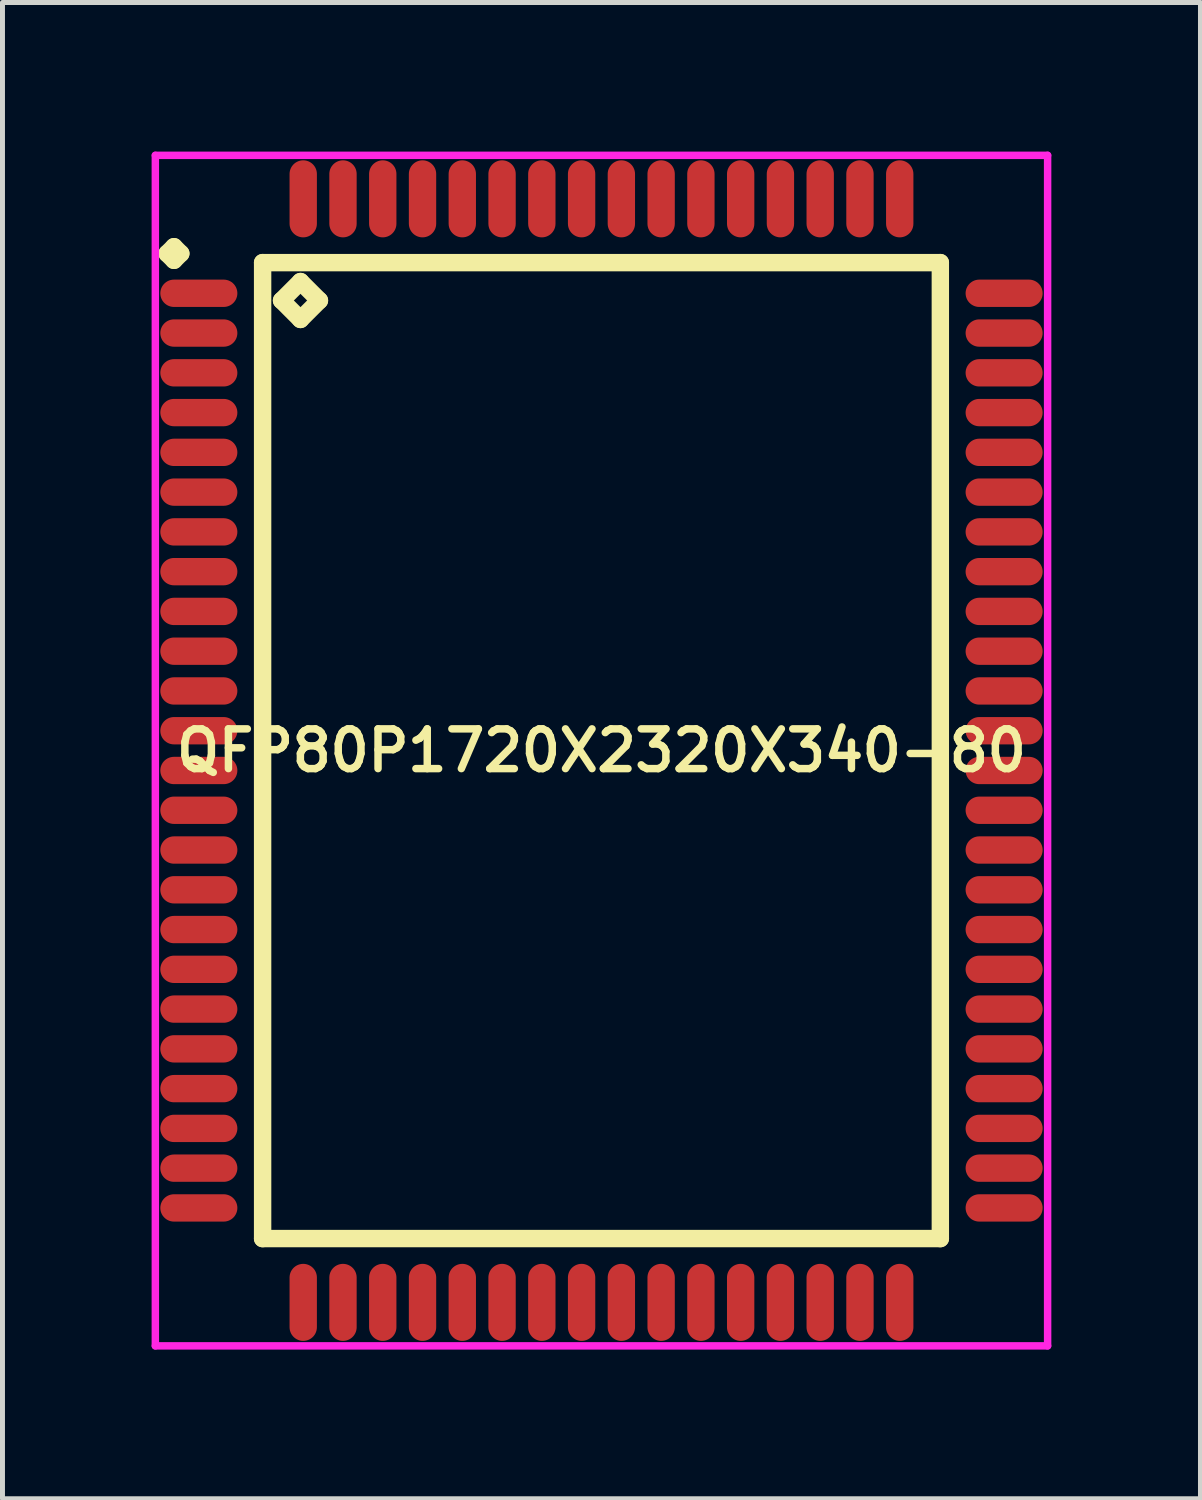
<source format=kicad_pcb>
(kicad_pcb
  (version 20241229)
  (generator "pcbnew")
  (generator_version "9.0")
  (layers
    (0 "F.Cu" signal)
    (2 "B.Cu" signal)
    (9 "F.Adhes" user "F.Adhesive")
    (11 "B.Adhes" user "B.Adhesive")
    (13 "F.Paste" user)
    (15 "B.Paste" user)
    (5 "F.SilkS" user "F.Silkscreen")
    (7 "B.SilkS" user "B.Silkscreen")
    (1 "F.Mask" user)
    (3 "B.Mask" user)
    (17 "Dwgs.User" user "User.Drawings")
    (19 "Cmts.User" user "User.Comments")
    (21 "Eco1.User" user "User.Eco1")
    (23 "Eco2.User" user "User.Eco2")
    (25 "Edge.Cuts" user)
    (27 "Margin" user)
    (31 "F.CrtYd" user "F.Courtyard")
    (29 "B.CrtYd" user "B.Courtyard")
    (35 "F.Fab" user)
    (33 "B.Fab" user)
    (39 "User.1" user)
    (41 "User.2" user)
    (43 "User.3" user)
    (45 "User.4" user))
  (footprint "QFP80P1720X2320X340-80"
    (layer "F.Cu")
    (at 9.05 12.05)
    (property "Reference" "QFP80P1720X2320X340-80" (at 0 0 0) (layer "F.SilkS") (effects (font (size 0.8 0.8) (thickness 0.15))))
    (attr smd)
    (fp_line (start -8.738 -10) (end -8.6 -10.137) (stroke (width 0.35) (type solid)) (layer "F.SilkS"))
    (fp_line (start -8.6 -10.137) (end -8.463 -10) (stroke (width 0.35) (type solid)) (layer "F.SilkS"))
    (fp_line (start -8.6 -9.863) (end -8.738 -10) (stroke (width 0.35) (type solid)) (layer "F.SilkS"))
    (fp_line (start -8.463 -10) (end -8.6 -9.863) (stroke (width 0.35) (type solid)) (layer "F.SilkS"))
    (fp_line (start -6.817 -9.817) (end -6.817 9.817) (stroke (width 0.35) (type solid)) (layer "F.SilkS"))
    (fp_line (start -6.817 9.817) (end 6.817 9.817) (stroke (width 0.35) (type solid)) (layer "F.SilkS"))
    (fp_line (start -6.436 -9.055) (end -6.055 -9.436) (stroke (width 0.35) (type solid)) (layer "F.SilkS"))
    (fp_line (start -6.055 -9.436) (end -5.674 -9.055) (stroke (width 0.35) (type solid)) (layer "F.SilkS"))
    (fp_line (start -6.055 -8.674) (end -6.436 -9.055) (stroke (width 0.35) (type solid)) (layer "F.SilkS"))
    (fp_line (start -5.674 -9.055) (end -6.055 -8.674) (stroke (width 0.35) (type solid)) (layer "F.SilkS"))
    (fp_line (start 6.817 -9.817) (end -6.817 -9.817) (stroke (width 0.35) (type solid)) (layer "F.SilkS"))
    (fp_line (start 6.817 9.817) (end 6.817 -9.817) (stroke (width 0.35) (type solid)) (layer "F.SilkS"))
    (fp_line (start -8.975 -11.975) (end 8.975 -11.975) (stroke (width 0.15) (type solid)) (layer "F.CrtYd"))
    (fp_line (start -8.975 11.975) (end -8.975 -11.975) (stroke (width 0.15) (type solid)) (layer "F.CrtYd"))
    (fp_line (start 8.975 -11.975) (end 8.975 11.975) (stroke (width 0.15) (type solid)) (layer "F.CrtYd"))
    (fp_line (start 8.975 11.975) (end -8.975 11.975) (stroke (width 0.15) (type solid)) (layer "F.CrtYd"))
    (pad "1" smd oval (at -8.1 -9.2) (size 1.55 0.55) (layers "F.Cu" "F.Mask" "F.Paste"))
    (pad "2" smd oval (at -8.1 -8.4) (size 1.55 0.55) (layers "F.Cu" "F.Mask" "F.Paste"))
    (pad "3" smd oval (at -8.1 -7.6) (size 1.55 0.55) (layers "F.Cu" "F.Mask" "F.Paste"))
    (pad "4" smd oval (at -8.1 -6.8) (size 1.55 0.55) (layers "F.Cu" "F.Mask" "F.Paste"))
    (pad "5" smd oval (at -8.1 -6) (size 1.55 0.55) (layers "F.Cu" "F.Mask" "F.Paste"))
    (pad "6" smd oval (at -8.1 -5.2) (size 1.55 0.55) (layers "F.Cu" "F.Mask" "F.Paste"))
    (pad "7" smd oval (at -8.1 -4.4) (size 1.55 0.55) (layers "F.Cu" "F.Mask" "F.Paste"))
    (pad "8" smd oval (at -8.1 -3.6) (size 1.55 0.55) (layers "F.Cu" "F.Mask" "F.Paste"))
    (pad "9" smd oval (at -8.1 -2.8) (size 1.55 0.55) (layers "F.Cu" "F.Mask" "F.Paste"))
    (pad "10" smd oval (at -8.1 -2) (size 1.55 0.55) (layers "F.Cu" "F.Mask" "F.Paste"))
    (pad "11" smd oval (at -8.1 -1.2) (size 1.55 0.55) (layers "F.Cu" "F.Mask" "F.Paste"))
    (pad "12" smd oval (at -8.1 -0.4) (size 1.55 0.55) (layers "F.Cu" "F.Mask" "F.Paste"))
    (pad "13" smd oval (at -8.1 0.4) (size 1.55 0.55) (layers "F.Cu" "F.Mask" "F.Paste"))
    (pad "14" smd oval (at -8.1 1.2) (size 1.55 0.55) (layers "F.Cu" "F.Mask" "F.Paste"))
    (pad "15" smd oval (at -8.1 2) (size 1.55 0.55) (layers "F.Cu" "F.Mask" "F.Paste"))
    (pad "16" smd oval (at -8.1 2.8) (size 1.55 0.55) (layers "F.Cu" "F.Mask" "F.Paste"))
    (pad "17" smd oval (at -8.1 3.6) (size 1.55 0.55) (layers "F.Cu" "F.Mask" "F.Paste"))
    (pad "18" smd oval (at -8.1 4.4) (size 1.55 0.55) (layers "F.Cu" "F.Mask" "F.Paste"))
    (pad "19" smd oval (at -8.1 5.2) (size 1.55 0.55) (layers "F.Cu" "F.Mask" "F.Paste"))
    (pad "20" smd oval (at -8.1 6) (size 1.55 0.55) (layers "F.Cu" "F.Mask" "F.Paste"))
    (pad "21" smd oval (at -8.1 6.8) (size 1.55 0.55) (layers "F.Cu" "F.Mask" "F.Paste"))
    (pad "22" smd oval (at -8.1 7.6) (size 1.55 0.55) (layers "F.Cu" "F.Mask" "F.Paste"))
    (pad "23" smd oval (at -8.1 8.4) (size 1.55 0.55) (layers "F.Cu" "F.Mask" "F.Paste"))
    (pad "24" smd oval (at -8.1 9.2) (size 1.55 0.55) (layers "F.Cu" "F.Mask" "F.Paste"))
    (pad "25" smd oval (at -6 11.1) (size 0.55 1.55) (layers "F.Cu" "F.Mask" "F.Paste"))
    (pad "26" smd oval (at -5.2 11.1) (size 0.55 1.55) (layers "F.Cu" "F.Mask" "F.Paste"))
    (pad "27" smd oval (at -4.4 11.1) (size 0.55 1.55) (layers "F.Cu" "F.Mask" "F.Paste"))
    (pad "28" smd oval (at -3.6 11.1) (size 0.55 1.55) (layers "F.Cu" "F.Mask" "F.Paste"))
    (pad "29" smd oval (at -2.8 11.1) (size 0.55 1.55) (layers "F.Cu" "F.Mask" "F.Paste"))
    (pad "30" smd oval (at -2 11.1) (size 0.55 1.55) (layers "F.Cu" "F.Mask" "F.Paste"))
    (pad "31" smd oval (at -1.2 11.1) (size 0.55 1.55) (layers "F.Cu" "F.Mask" "F.Paste"))
    (pad "32" smd oval (at -0.4 11.1) (size 0.55 1.55) (layers "F.Cu" "F.Mask" "F.Paste"))
    (pad "33" smd oval (at 0.4 11.1) (size 0.55 1.55) (layers "F.Cu" "F.Mask" "F.Paste"))
    (pad "34" smd oval (at 1.2 11.1) (size 0.55 1.55) (layers "F.Cu" "F.Mask" "F.Paste"))
    (pad "35" smd oval (at 2 11.1) (size 0.55 1.55) (layers "F.Cu" "F.Mask" "F.Paste"))
    (pad "36" smd oval (at 2.8 11.1) (size 0.55 1.55) (layers "F.Cu" "F.Mask" "F.Paste"))
    (pad "37" smd oval (at 3.6 11.1) (size 0.55 1.55) (layers "F.Cu" "F.Mask" "F.Paste"))
    (pad "38" smd oval (at 4.4 11.1) (size 0.55 1.55) (layers "F.Cu" "F.Mask" "F.Paste"))
    (pad "39" smd oval (at 5.2 11.1) (size 0.55 1.55) (layers "F.Cu" "F.Mask" "F.Paste"))
    (pad "40" smd oval (at 6 11.1) (size 0.55 1.55) (layers "F.Cu" "F.Mask" "F.Paste"))
    (pad "41" smd oval (at 8.1 9.2) (size 1.55 0.55) (layers "F.Cu" "F.Mask" "F.Paste"))
    (pad "42" smd oval (at 8.1 8.4) (size 1.55 0.55) (layers "F.Cu" "F.Mask" "F.Paste"))
    (pad "43" smd oval (at 8.1 7.6) (size 1.55 0.55) (layers "F.Cu" "F.Mask" "F.Paste"))
    (pad "44" smd oval (at 8.1 6.8) (size 1.55 0.55) (layers "F.Cu" "F.Mask" "F.Paste"))
    (pad "45" smd oval (at 8.1 6) (size 1.55 0.55) (layers "F.Cu" "F.Mask" "F.Paste"))
    (pad "46" smd oval (at 8.1 5.2) (size 1.55 0.55) (layers "F.Cu" "F.Mask" "F.Paste"))
    (pad "47" smd oval (at 8.1 4.4) (size 1.55 0.55) (layers "F.Cu" "F.Mask" "F.Paste"))
    (pad "48" smd oval (at 8.1 3.6) (size 1.55 0.55) (layers "F.Cu" "F.Mask" "F.Paste"))
    (pad "49" smd oval (at 8.1 2.8) (size 1.55 0.55) (layers "F.Cu" "F.Mask" "F.Paste"))
    (pad "50" smd oval (at 8.1 2) (size 1.55 0.55) (layers "F.Cu" "F.Mask" "F.Paste"))
    (pad "51" smd oval (at 8.1 1.2) (size 1.55 0.55) (layers "F.Cu" "F.Mask" "F.Paste"))
    (pad "52" smd oval (at 8.1 0.4) (size 1.55 0.55) (layers "F.Cu" "F.Mask" "F.Paste"))
    (pad "53" smd oval (at 8.1 -0.4) (size 1.55 0.55) (layers "F.Cu" "F.Mask" "F.Paste"))
    (pad "54" smd oval (at 8.1 -1.2) (size 1.55 0.55) (layers "F.Cu" "F.Mask" "F.Paste"))
    (pad "55" smd oval (at 8.1 -2) (size 1.55 0.55) (layers "F.Cu" "F.Mask" "F.Paste"))
    (pad "56" smd oval (at 8.1 -2.8) (size 1.55 0.55) (layers "F.Cu" "F.Mask" "F.Paste"))
    (pad "57" smd oval (at 8.1 -3.6) (size 1.55 0.55) (layers "F.Cu" "F.Mask" "F.Paste"))
    (pad "58" smd oval (at 8.1 -4.4) (size 1.55 0.55) (layers "F.Cu" "F.Mask" "F.Paste"))
    (pad "59" smd oval (at 8.1 -5.2) (size 1.55 0.55) (layers "F.Cu" "F.Mask" "F.Paste"))
    (pad "60" smd oval (at 8.1 -6) (size 1.55 0.55) (layers "F.Cu" "F.Mask" "F.Paste"))
    (pad "61" smd oval (at 8.1 -6.8) (size 1.55 0.55) (layers "F.Cu" "F.Mask" "F.Paste"))
    (pad "62" smd oval (at 8.1 -7.6) (size 1.55 0.55) (layers "F.Cu" "F.Mask" "F.Paste"))
    (pad "63" smd oval (at 8.1 -8.4) (size 1.55 0.55) (layers "F.Cu" "F.Mask" "F.Paste"))
    (pad "64" smd oval (at 8.1 -9.2) (size 1.55 0.55) (layers "F.Cu" "F.Mask" "F.Paste"))
    (pad "65" smd oval (at 6 -11.1) (size 0.55 1.55) (layers "F.Cu" "F.Mask" "F.Paste"))
    (pad "66" smd oval (at 5.2 -11.1) (size 0.55 1.55) (layers "F.Cu" "F.Mask" "F.Paste"))
    (pad "67" smd oval (at 4.4 -11.1) (size 0.55 1.55) (layers "F.Cu" "F.Mask" "F.Paste"))
    (pad "68" smd oval (at 3.6 -11.1) (size 0.55 1.55) (layers "F.Cu" "F.Mask" "F.Paste"))
    (pad "69" smd oval (at 2.8 -11.1) (size 0.55 1.55) (layers "F.Cu" "F.Mask" "F.Paste"))
    (pad "70" smd oval (at 2 -11.1) (size 0.55 1.55) (layers "F.Cu" "F.Mask" "F.Paste"))
    (pad "71" smd oval (at 1.2 -11.1) (size 0.55 1.55) (layers "F.Cu" "F.Mask" "F.Paste"))
    (pad "72" smd oval (at 0.4 -11.1) (size 0.55 1.55) (layers "F.Cu" "F.Mask" "F.Paste"))
    (pad "73" smd oval (at -0.4 -11.1) (size 0.55 1.55) (layers "F.Cu" "F.Mask" "F.Paste"))
    (pad "74" smd oval (at -1.2 -11.1) (size 0.55 1.55) (layers "F.Cu" "F.Mask" "F.Paste"))
    (pad "75" smd oval (at -2 -11.1) (size 0.55 1.55) (layers "F.Cu" "F.Mask" "F.Paste"))
    (pad "76" smd oval (at -2.8 -11.1) (size 0.55 1.55) (layers "F.Cu" "F.Mask" "F.Paste"))
    (pad "77" smd oval (at -3.6 -11.1) (size 0.55 1.55) (layers "F.Cu" "F.Mask" "F.Paste"))
    (pad "78" smd oval (at -4.4 -11.1) (size 0.55 1.55) (layers "F.Cu" "F.Mask" "F.Paste"))
    (pad "79" smd oval (at -5.2 -11.1) (size 0.55 1.55) (layers "F.Cu" "F.Mask" "F.Paste"))
    (pad "80" smd oval (at -6 -11.1) (size 0.55 1.55) (layers "F.Cu" "F.Mask" "F.Paste")))
  (gr_rect
    (start -3 -3)
    (end 21.1 27.1)
    (stroke (width 0.1) (type default))
    (fill no)
    (layer "Edge.Cuts")))
</source>
